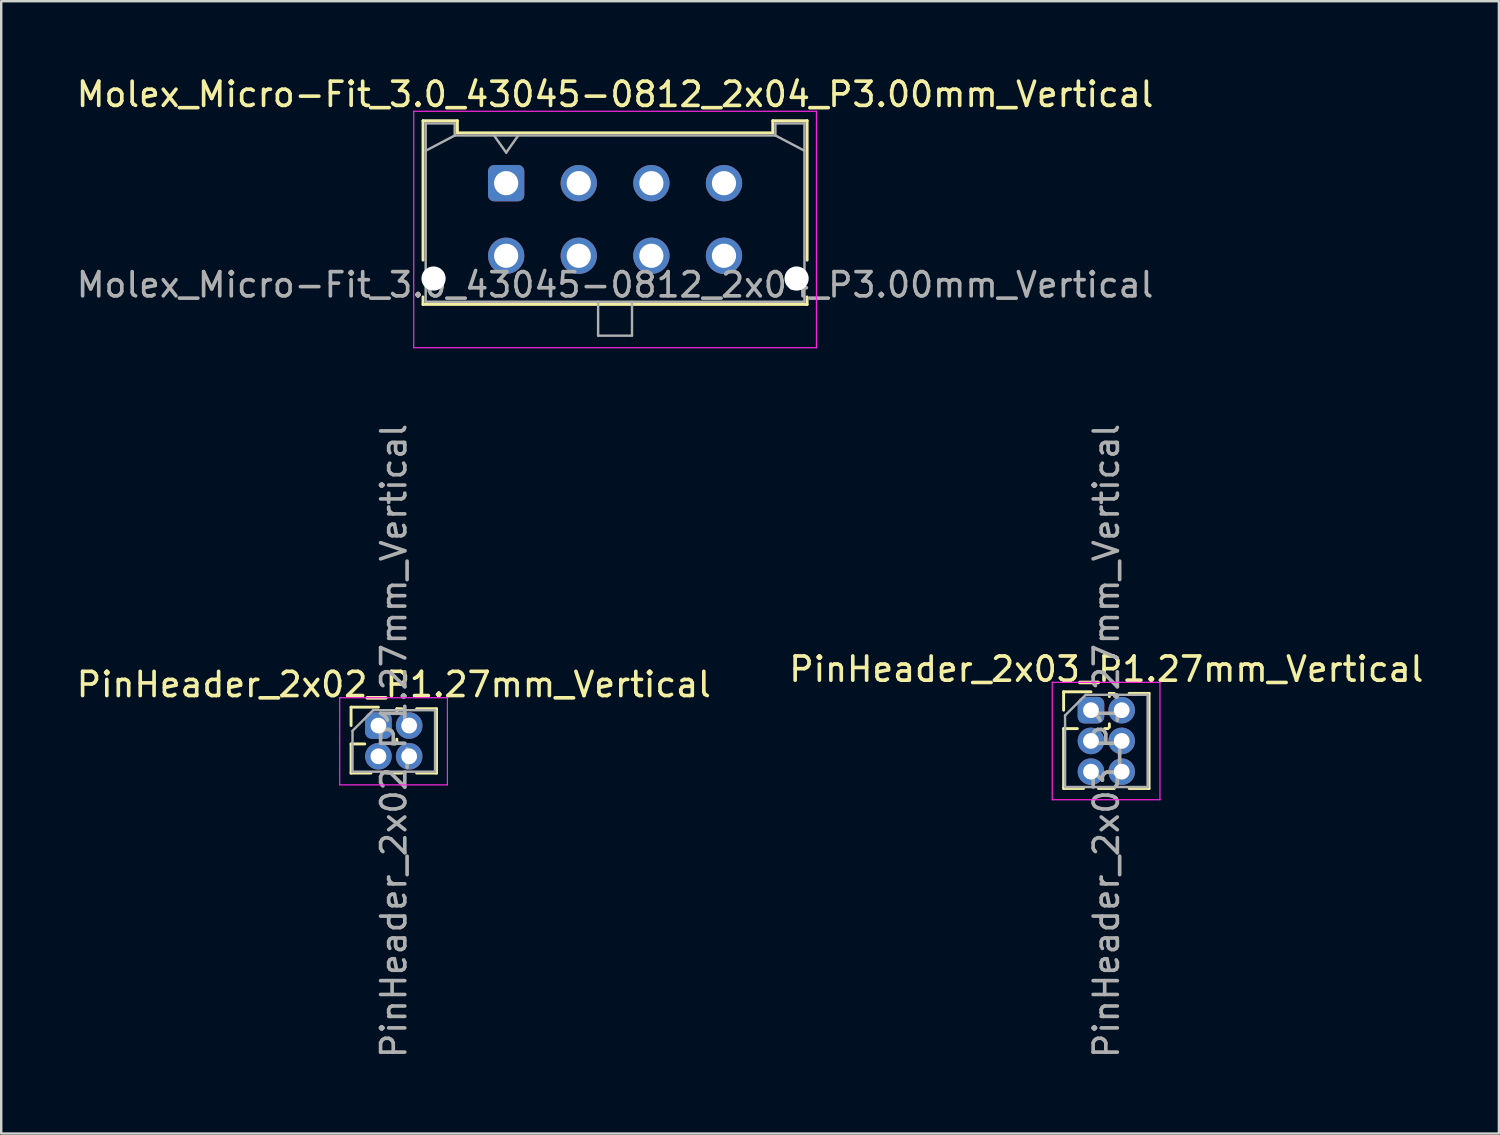
<source format=kicad_pcb>
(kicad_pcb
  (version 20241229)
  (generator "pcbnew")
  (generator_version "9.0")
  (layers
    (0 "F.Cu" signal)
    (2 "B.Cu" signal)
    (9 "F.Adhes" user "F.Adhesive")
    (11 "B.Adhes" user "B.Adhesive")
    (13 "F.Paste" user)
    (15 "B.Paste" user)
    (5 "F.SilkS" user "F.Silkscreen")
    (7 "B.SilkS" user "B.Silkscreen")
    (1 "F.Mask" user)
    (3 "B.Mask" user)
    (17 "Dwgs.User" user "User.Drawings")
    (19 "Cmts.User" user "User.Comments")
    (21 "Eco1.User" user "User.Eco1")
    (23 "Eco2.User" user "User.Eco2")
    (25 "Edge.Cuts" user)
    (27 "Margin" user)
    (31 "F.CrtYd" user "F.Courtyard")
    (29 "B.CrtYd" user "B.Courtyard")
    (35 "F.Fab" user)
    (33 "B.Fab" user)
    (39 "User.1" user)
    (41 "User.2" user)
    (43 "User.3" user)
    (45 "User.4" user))
  (footprint "PinHeader_2x02_P1.27mm_Vertical"
    (layer "F.Cu")
    (at 12.585 26.928)
    (property "Reference" "PinHeader_2x02_P1.27mm_Vertical" (at 0.635 -1.695 0) (layer "F.SilkS") (effects (font (size 1 1) (thickness 0.15))))
    (attr through_hole)
    (fp_line (start -1.13 -0.76) (end 0 -0.76) (stroke (width 0.12) (type solid)) (layer "F.SilkS"))
    (fp_line (start -1.13 0) (end -1.13 -0.76) (stroke (width 0.12) (type solid)) (layer "F.SilkS"))
    (fp_line (start -1.13 0.76) (end -1.13 1.965) (stroke (width 0.12) (type solid)) (layer "F.SilkS"))
    (fp_line (start -1.13 0.76) (end -0.563 0.76) (stroke (width 0.12) (type solid)) (layer "F.SilkS"))
    (fp_line (start -1.13 1.965) (end -0.308 1.965) (stroke (width 0.12) (type solid)) (layer "F.SilkS"))
    (fp_line (start 0.308 1.965) (end 0.962 1.965) (stroke (width 0.12) (type solid)) (layer "F.SilkS"))
    (fp_line (start 0.563 0.76) (end 0.707 0.76) (stroke (width 0.12) (type solid)) (layer "F.SilkS"))
    (fp_line (start 0.76 -0.695) (end 0.962 -0.695) (stroke (width 0.12) (type solid)) (layer "F.SilkS"))
    (fp_line (start 0.76 -0.563) (end 0.76 -0.695) (stroke (width 0.12) (type solid)) (layer "F.SilkS"))
    (fp_line (start 0.76 0.707) (end 0.76 0.563) (stroke (width 0.12) (type solid)) (layer "F.SilkS"))
    (fp_line (start 1.578 -0.695) (end 2.4 -0.695) (stroke (width 0.12) (type solid)) (layer "F.SilkS"))
    (fp_line (start 1.578 1.965) (end 2.4 1.965) (stroke (width 0.12) (type solid)) (layer "F.SilkS"))
    (fp_line (start 2.4 -0.695) (end 2.4 1.965) (stroke (width 0.12) (type solid)) (layer "F.SilkS"))
    (fp_line (start -1.6 -1.15) (end -1.6 2.45) (stroke (width 0.05) (type solid)) (layer "F.CrtYd"))
    (fp_line (start -1.6 2.45) (end 2.85 2.45) (stroke (width 0.05) (type solid)) (layer "F.CrtYd"))
    (fp_line (start 2.85 -1.15) (end -1.6 -1.15) (stroke (width 0.05) (type solid)) (layer "F.CrtYd"))
    (fp_line (start 2.85 2.45) (end 2.85 -1.15) (stroke (width 0.05) (type solid)) (layer "F.CrtYd"))
    (fp_line (start -1.07 0.217) (end -0.217 -0.635) (stroke (width 0.1) (type solid)) (layer "F.Fab"))
    (fp_line (start -1.07 1.905) (end -1.07 0.217) (stroke (width 0.1) (type solid)) (layer "F.Fab"))
    (fp_line (start -0.217 -0.635) (end 2.34 -0.635) (stroke (width 0.1) (type solid)) (layer "F.Fab"))
    (fp_line (start 2.34 -0.635) (end 2.34 1.905) (stroke (width 0.1) (type solid)) (layer "F.Fab"))
    (fp_line (start 2.34 1.905) (end -1.07 1.905) (stroke (width 0.1) (type solid)) (layer "F.Fab"))
    (fp_text user "${REFERENCE}" (at 0.635 0.635 90) (layer "F.Fab") (effects (font (size 1 1) (thickness 0.15))))
    (pad "1" thru_hole roundrect (at 0 0) (size 1.1 1.1) (drill 0.65) (layers "*.Cu" "*.Mask") (roundrect_rratio 0.25))
    (pad "2" thru_hole circle (at 1.27 0) (size 1.1 1.1) (drill 0.65) (layers "*.Cu" "*.Mask"))
    (pad "3" thru_hole circle (at 0 1.27) (size 1.1 1.1) (drill 0.65) (layers "*.Cu" "*.Mask"))
    (pad "4" thru_hole circle (at 1.27 1.27) (size 1.1 1.1) (drill 0.65) (layers "*.Cu" "*.Mask")))
  (footprint "Molex_Micro-Fit_3.0_43045-0812_2x04_P3.00mm_Vertical"
    (layer "F.Cu")
    (at 17.863 4.518)
    (property "Reference" "Molex_Micro-Fit_3.0_43045-0812_2x04_P3.00mm_Vertical" (at 4.5 -3.67 0) (layer "F.SilkS") (effects (font (size 1 1) (thickness 0.15))))
    (attr through_hole)
    (fp_line (start -3.435 -2.58) (end -2.015 -2.58) (stroke (width 0.12) (type solid)) (layer "F.SilkS"))
    (fp_line (start -3.435 3.18) (end -3.435 -2.58) (stroke (width 0.12) (type solid)) (layer "F.SilkS"))
    (fp_line (start -3.435 4.7) (end -3.435 5.01) (stroke (width 0.12) (type solid)) (layer "F.SilkS"))
    (fp_line (start -3.435 5.01) (end 12.435 5.01) (stroke (width 0.12) (type solid)) (layer "F.SilkS"))
    (fp_line (start -2.015 -2.58) (end -2.015 -2.08) (stroke (width 0.12) (type solid)) (layer "F.SilkS"))
    (fp_line (start -2.015 -2.08) (end 11.015 -2.08) (stroke (width 0.12) (type solid)) (layer "F.SilkS"))
    (fp_line (start 11.015 -2.58) (end 12.435 -2.58) (stroke (width 0.12) (type solid)) (layer "F.SilkS"))
    (fp_line (start 11.015 -2.08) (end 11.015 -2.58) (stroke (width 0.12) (type solid)) (layer "F.SilkS"))
    (fp_line (start 12.435 -2.58) (end 12.435 3.18) (stroke (width 0.12) (type solid)) (layer "F.SilkS"))
    (fp_line (start 12.435 5.01) (end 12.435 4.7) (stroke (width 0.12) (type solid)) (layer "F.SilkS"))
    (fp_line (start -3.82 -2.97) (end 12.82 -2.97) (stroke (width 0.05) (type solid)) (layer "F.CrtYd"))
    (fp_line (start -3.82 6.8) (end -3.82 -2.97) (stroke (width 0.05) (type solid)) (layer "F.CrtYd"))
    (fp_line (start 12.82 -2.97) (end 12.82 6.8) (stroke (width 0.05) (type solid)) (layer "F.CrtYd"))
    (fp_line (start 12.82 6.8) (end -3.82 6.8) (stroke (width 0.05) (type solid)) (layer "F.CrtYd"))
    (fp_line (start -3.325 -2.47) (end -3.325 4.9) (stroke (width 0.1) (type solid)) (layer "F.Fab"))
    (fp_line (start -3.325 -1.34) (end -2.125 -1.97) (stroke (width 0.1) (type solid)) (layer "F.Fab"))
    (fp_line (start -3.325 4.9) (end 12.325 4.9) (stroke (width 0.1) (type solid)) (layer "F.Fab"))
    (fp_line (start -2.125 -2.47) (end -3.325 -2.47) (stroke (width 0.1) (type solid)) (layer "F.Fab"))
    (fp_line (start -2.125 -1.97) (end -2.125 -2.47) (stroke (width 0.1) (type solid)) (layer "F.Fab"))
    (fp_line (start -0.5 -1.97) (end 0 -1.263) (stroke (width 0.1) (type solid)) (layer "F.Fab"))
    (fp_line (start 0 -1.263) (end 0.5 -1.97) (stroke (width 0.1) (type solid)) (layer "F.Fab"))
    (fp_line (start 3.8 4.9) (end 3.8 6.3) (stroke (width 0.1) (type solid)) (layer "F.Fab"))
    (fp_line (start 3.8 6.3) (end 5.2 6.3) (stroke (width 0.1) (type solid)) (layer "F.Fab"))
    (fp_line (start 5.2 6.3) (end 5.2 4.9) (stroke (width 0.1) (type solid)) (layer "F.Fab"))
    (fp_line (start 11.125 -2.47) (end 11.125 -1.97) (stroke (width 0.1) (type solid)) (layer "F.Fab"))
    (fp_line (start 11.125 -1.97) (end -2.125 -1.97) (stroke (width 0.1) (type solid)) (layer "F.Fab"))
    (fp_line (start 12.325 -2.47) (end 11.125 -2.47) (stroke (width 0.1) (type solid)) (layer "F.Fab"))
    (fp_line (start 12.325 -1.34) (end 11.125 -1.97) (stroke (width 0.1) (type solid)) (layer "F.Fab"))
    (fp_line (start 12.325 4.9) (end 12.325 -2.47) (stroke (width 0.1) (type solid)) (layer "F.Fab"))
    (fp_text user "${REFERENCE}" (at 4.5 4.2 0) (layer "F.Fab") (effects (font (size 1 1) (thickness 0.15))))
    (pad "" np_thru_hole circle (at -3 3.94) (size 1 1) (drill 1) (layers "*.Cu" "*.Mask"))
    (pad "" np_thru_hole circle (at 12 3.94) (size 1 1) (drill 1) (layers "*.Cu" "*.Mask"))
    (pad "1" thru_hole roundrect (at 0 0) (size 1.5 1.5) (drill 1) (layers "*.Cu" "*.Mask") (roundrect_rratio 0.167))
    (pad "2" thru_hole circle (at 3 0) (size 1.5 1.5) (drill 1) (layers "*.Cu" "*.Mask"))
    (pad "3" thru_hole circle (at 6 0) (size 1.5 1.5) (drill 1) (layers "*.Cu" "*.Mask"))
    (pad "4" thru_hole circle (at 9 0) (size 1.5 1.5) (drill 1) (layers "*.Cu" "*.Mask"))
    (pad "5" thru_hole circle (at 0 3) (size 1.5 1.5) (drill 1) (layers "*.Cu" "*.Mask"))
    (pad "6" thru_hole circle (at 3 3) (size 1.5 1.5) (drill 1) (layers "*.Cu" "*.Mask"))
    (pad "7" thru_hole circle (at 6 3) (size 1.5 1.5) (drill 1) (layers "*.Cu" "*.Mask"))
    (pad "8" thru_hole circle (at 9 3) (size 1.5 1.5) (drill 1) (layers "*.Cu" "*.Mask")))
  (footprint "PinHeader_2x03_P1.27mm_Vertical"
    (layer "F.Cu")
    (at 42.026 26.293)
    (property "Reference" "PinHeader_2x03_P1.27mm_Vertical" (at 0.635 -1.695 0) (layer "F.SilkS") (effects (font (size 1 1) (thickness 0.15))))
    (attr through_hole)
    (fp_line (start -1.13 -0.76) (end 0 -0.76) (stroke (width 0.12) (type solid)) (layer "F.SilkS"))
    (fp_line (start -1.13 0) (end -1.13 -0.76) (stroke (width 0.12) (type solid)) (layer "F.SilkS"))
    (fp_line (start -1.13 0.76) (end -1.13 3.235) (stroke (width 0.12) (type solid)) (layer "F.SilkS"))
    (fp_line (start -1.13 0.76) (end -0.563 0.76) (stroke (width 0.12) (type solid)) (layer "F.SilkS"))
    (fp_line (start -1.13 3.235) (end -0.308 3.235) (stroke (width 0.12) (type solid)) (layer "F.SilkS"))
    (fp_line (start 0.308 3.235) (end 0.962 3.235) (stroke (width 0.12) (type solid)) (layer "F.SilkS"))
    (fp_line (start 0.563 0.76) (end 0.707 0.76) (stroke (width 0.12) (type solid)) (layer "F.SilkS"))
    (fp_line (start 0.76 -0.695) (end 0.962 -0.695) (stroke (width 0.12) (type solid)) (layer "F.SilkS"))
    (fp_line (start 0.76 -0.563) (end 0.76 -0.695) (stroke (width 0.12) (type solid)) (layer "F.SilkS"))
    (fp_line (start 0.76 0.707) (end 0.76 0.563) (stroke (width 0.12) (type solid)) (layer "F.SilkS"))
    (fp_line (start 1.578 -0.695) (end 2.4 -0.695) (stroke (width 0.12) (type solid)) (layer "F.SilkS"))
    (fp_line (start 1.578 3.235) (end 2.4 3.235) (stroke (width 0.12) (type solid)) (layer "F.SilkS"))
    (fp_line (start 2.4 -0.695) (end 2.4 3.235) (stroke (width 0.12) (type solid)) (layer "F.SilkS"))
    (fp_line (start -1.6 -1.15) (end -1.6 3.7) (stroke (width 0.05) (type solid)) (layer "F.CrtYd"))
    (fp_line (start -1.6 3.7) (end 2.85 3.7) (stroke (width 0.05) (type solid)) (layer "F.CrtYd"))
    (fp_line (start 2.85 -1.15) (end -1.6 -1.15) (stroke (width 0.05) (type solid)) (layer "F.CrtYd"))
    (fp_line (start 2.85 3.7) (end 2.85 -1.15) (stroke (width 0.05) (type solid)) (layer "F.CrtYd"))
    (fp_line (start -1.07 0.217) (end -0.217 -0.635) (stroke (width 0.1) (type solid)) (layer "F.Fab"))
    (fp_line (start -1.07 3.175) (end -1.07 0.217) (stroke (width 0.1) (type solid)) (layer "F.Fab"))
    (fp_line (start -0.217 -0.635) (end 2.34 -0.635) (stroke (width 0.1) (type solid)) (layer "F.Fab"))
    (fp_line (start 2.34 -0.635) (end 2.34 3.175) (stroke (width 0.1) (type solid)) (layer "F.Fab"))
    (fp_line (start 2.34 3.175) (end -1.07 3.175) (stroke (width 0.1) (type solid)) (layer "F.Fab"))
    (fp_text user "${REFERENCE}" (at 0.635 1.27 90) (layer "F.Fab") (effects (font (size 1 1) (thickness 0.15))))
    (pad "1" thru_hole roundrect (at 0 0) (size 1.1 1.1) (drill 0.65) (layers "*.Cu" "*.Mask") (roundrect_rratio 0.25))
    (pad "2" thru_hole circle (at 1.27 0) (size 1.1 1.1) (drill 0.65) (layers "*.Cu" "*.Mask"))
    (pad "3" thru_hole circle (at 0 1.27) (size 1.1 1.1) (drill 0.65) (layers "*.Cu" "*.Mask"))
    (pad "4" thru_hole circle (at 1.27 1.27) (size 1.1 1.1) (drill 0.65) (layers "*.Cu" "*.Mask"))
    (pad "5" thru_hole circle (at 0 2.54) (size 1.1 1.1) (drill 0.65) (layers "*.Cu" "*.Mask"))
    (pad "6" thru_hole circle (at 1.27 2.54) (size 1.1 1.1) (drill 0.65) (layers "*.Cu" "*.Mask")))
  (gr_rect
    (start -3 -3)
    (end 58.881 43.784)
    (stroke (width 0.1) (type default))
    (fill no)
    (layer "Edge.Cuts")))
</source>
